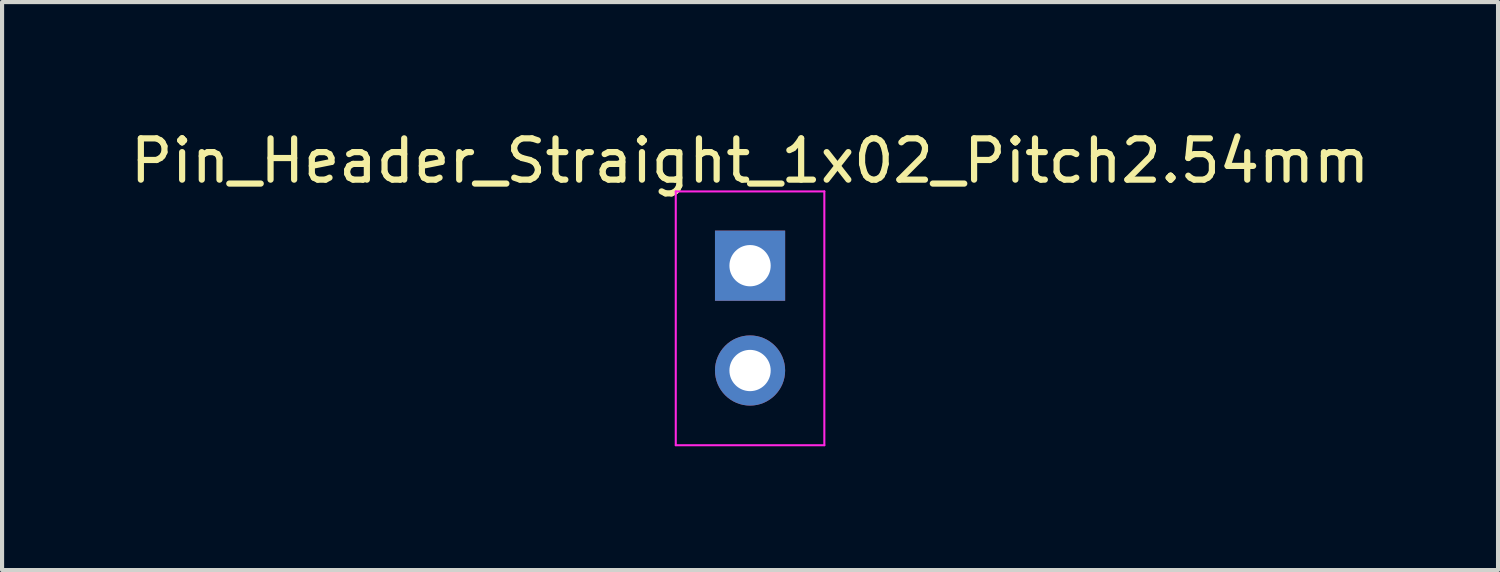
<source format=kicad_pcb>
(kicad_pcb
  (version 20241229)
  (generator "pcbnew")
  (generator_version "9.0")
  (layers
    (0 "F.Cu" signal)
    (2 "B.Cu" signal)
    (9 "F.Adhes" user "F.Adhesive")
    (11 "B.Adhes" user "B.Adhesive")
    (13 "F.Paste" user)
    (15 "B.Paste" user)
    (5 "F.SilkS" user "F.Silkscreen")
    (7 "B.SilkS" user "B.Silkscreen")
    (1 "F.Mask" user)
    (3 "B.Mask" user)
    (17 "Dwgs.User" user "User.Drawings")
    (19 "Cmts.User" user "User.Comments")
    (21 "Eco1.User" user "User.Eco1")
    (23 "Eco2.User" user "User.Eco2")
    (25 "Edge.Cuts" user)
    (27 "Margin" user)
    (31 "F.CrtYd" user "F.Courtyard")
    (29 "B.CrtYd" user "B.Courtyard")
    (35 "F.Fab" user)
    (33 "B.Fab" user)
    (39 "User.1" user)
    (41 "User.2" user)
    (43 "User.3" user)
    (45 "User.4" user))
  (footprint "Pin_Header_Straight_1x02_Pitch2.54mm"
    (layer "F.Cu")
    (at 15.125 3.388)
    (property "Reference" "Pin_Header_Straight_1x02_Pitch2.54mm" (at 0 -2.54 0) (layer "F.SilkS") (effects (font (size 1 1) (thickness 0.15))))
    (attr through_hole)
    (fp_line (start -1.8 -1.8) (end -1.8 4.35) (stroke (width 0.05) (type solid)) (layer "F.CrtYd"))
    (fp_line (start -1.8 4.35) (end 1.8 4.35) (stroke (width 0.05) (type solid)) (layer "F.CrtYd"))
    (fp_line (start 1.8 -1.8) (end -1.8 -1.8) (stroke (width 0.05) (type solid)) (layer "F.CrtYd"))
    (fp_line (start 1.8 4.35) (end 1.8 -1.8) (stroke (width 0.05) (type solid)) (layer "F.CrtYd"))
    (pad "1" thru_hole rect (at 0 0) (size 1.7 1.7) (drill 1) (layers "*.Cu" "*.Mask"))
    (pad "2" thru_hole oval (at 0 2.54) (size 1.7 1.7) (drill 1) (layers "*.Cu" "*.Mask")))
  (gr_rect
    (start -3 -3)
    (end 33.25 10.763)
    (stroke (width 0.1) (type default))
    (fill no)
    (layer "Edge.Cuts")))
</source>
